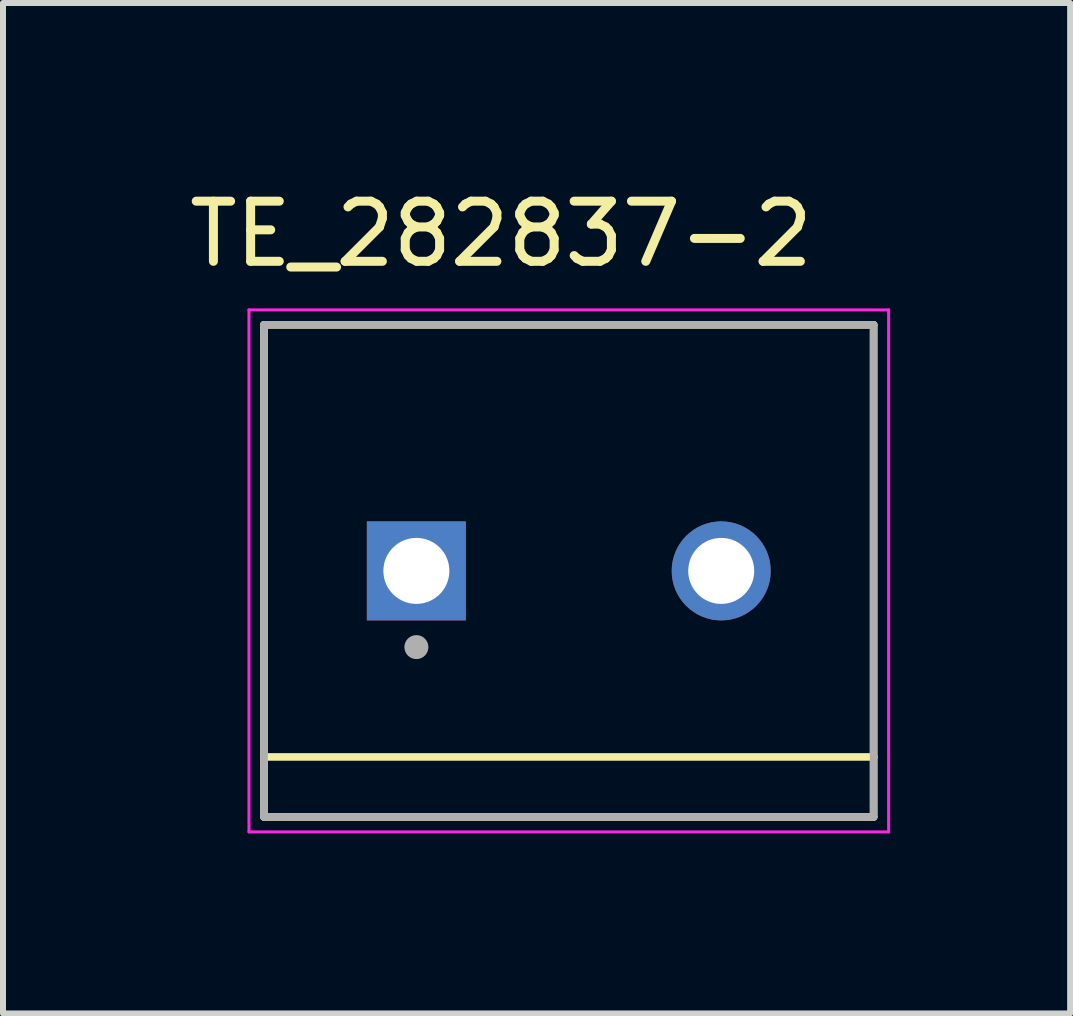
<source format=kicad_pcb>
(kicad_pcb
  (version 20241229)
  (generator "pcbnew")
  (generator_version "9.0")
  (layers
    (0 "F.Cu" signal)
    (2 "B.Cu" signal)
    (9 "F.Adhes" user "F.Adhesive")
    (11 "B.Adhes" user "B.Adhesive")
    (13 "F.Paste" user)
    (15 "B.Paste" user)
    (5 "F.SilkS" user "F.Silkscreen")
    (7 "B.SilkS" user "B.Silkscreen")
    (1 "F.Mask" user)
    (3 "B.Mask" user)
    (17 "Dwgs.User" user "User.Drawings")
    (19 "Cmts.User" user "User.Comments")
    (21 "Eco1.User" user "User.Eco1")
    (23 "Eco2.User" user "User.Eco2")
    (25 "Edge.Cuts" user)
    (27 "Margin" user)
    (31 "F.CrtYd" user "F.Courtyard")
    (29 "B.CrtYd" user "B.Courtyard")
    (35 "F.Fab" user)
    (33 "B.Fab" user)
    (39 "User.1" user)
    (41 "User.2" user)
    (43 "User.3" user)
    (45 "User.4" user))
  (footprint "TE_282837-2"
    (layer "F.Cu")
    (at 6.429 6.464)
    (property "Reference" "TE_282837-2" (at -1.127 -5.615 0) (layer "F.SilkS") (effects (font (size 1.002 1.002) (thickness 0.15))))
    (attr through_hole)
    (fp_line (start -5.08 -4.1) (end 5.08 -4.1) (stroke (width 0.127) (type solid)) (layer "F.SilkS"))
    (fp_line (start -5.08 3.1) (end -5.08 -4.1) (stroke (width 0.127) (type solid)) (layer "F.SilkS"))
    (fp_line (start -5.08 3.1) (end 5.08 3.1) (stroke (width 0.127) (type solid)) (layer "F.SilkS"))
    (fp_line (start -5.08 4.1) (end -5.08 3.1) (stroke (width 0.127) (type solid)) (layer "F.SilkS"))
    (fp_line (start 5.08 -4.1) (end 5.08 3.1) (stroke (width 0.127) (type solid)) (layer "F.SilkS"))
    (fp_line (start 5.08 3.1) (end 5.08 4.1) (stroke (width 0.127) (type solid)) (layer "F.SilkS"))
    (fp_line (start 5.08 4.1) (end -5.08 4.1) (stroke (width 0.127) (type solid)) (layer "F.SilkS"))
    (fp_line (start -5.33 -4.35) (end 5.33 -4.35) (stroke (width 0.05) (type solid)) (layer "F.CrtYd"))
    (fp_line (start -5.33 4.35) (end -5.33 -4.35) (stroke (width 0.05) (type solid)) (layer "F.CrtYd"))
    (fp_line (start 5.33 -4.35) (end 5.33 4.35) (stroke (width 0.05) (type solid)) (layer "F.CrtYd"))
    (fp_line (start 5.33 4.35) (end -5.33 4.35) (stroke (width 0.05) (type solid)) (layer "F.CrtYd"))
    (fp_line (start -5.08 -4.1) (end 5.08 -4.1) (stroke (width 0.127) (type solid)) (layer "F.Fab"))
    (fp_line (start -5.08 4.1) (end -5.08 -4.1) (stroke (width 0.127) (type solid)) (layer "F.Fab"))
    (fp_line (start 5.08 -4.1) (end 5.08 4.1) (stroke (width 0.127) (type solid)) (layer "F.Fab"))
    (fp_line (start 5.08 4.1) (end -5.08 4.1) (stroke (width 0.127) (type solid)) (layer "F.Fab"))
    (fp_circle (center -2.54 1.27) (end -2.44 1.27) (stroke (width 0.2) (type solid)) (fill no) (layer "F.Fab"))
    (pad "1" thru_hole rect (at -2.54 0) (size 1.65 1.65) (drill 1.1) (layers "*.Cu" "*.Mask"))
    (pad "2" thru_hole circle (at 2.54 0) (size 1.65 1.65) (drill 1.1) (layers "*.Cu" "*.Mask")))
  (gr_rect
    (start -3 -3)
    (end 14.784 13.839)
    (stroke (width 0.1) (type default))
    (fill no)
    (layer "Edge.Cuts")))
</source>
